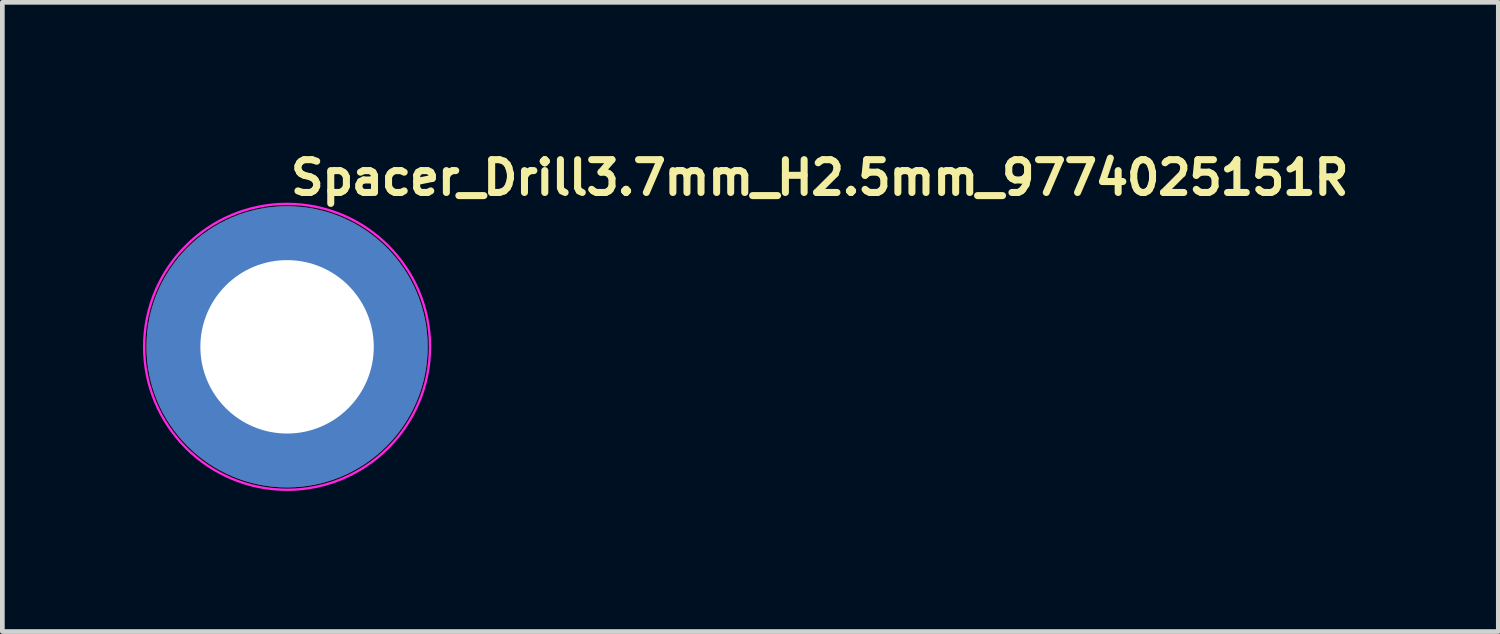
<source format=kicad_pcb>
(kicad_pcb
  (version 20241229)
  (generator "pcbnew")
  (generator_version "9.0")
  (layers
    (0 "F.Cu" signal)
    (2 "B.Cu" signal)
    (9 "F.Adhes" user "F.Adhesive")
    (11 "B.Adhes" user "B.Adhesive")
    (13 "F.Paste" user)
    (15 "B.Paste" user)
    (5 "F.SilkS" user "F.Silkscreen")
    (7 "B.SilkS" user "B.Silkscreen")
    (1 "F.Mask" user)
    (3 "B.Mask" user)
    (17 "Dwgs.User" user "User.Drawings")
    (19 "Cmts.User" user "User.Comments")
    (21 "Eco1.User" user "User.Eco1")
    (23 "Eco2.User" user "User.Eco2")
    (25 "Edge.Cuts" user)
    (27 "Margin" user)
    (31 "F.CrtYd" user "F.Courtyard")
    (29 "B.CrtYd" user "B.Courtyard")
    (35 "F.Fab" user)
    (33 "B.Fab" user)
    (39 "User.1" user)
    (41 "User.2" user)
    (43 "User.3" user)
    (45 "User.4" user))
  (footprint "Spacer_Drill3.7mm_H2.5mm_9774025151R"
    (layer "F.Cu")
    (at 3.075 4.35)
    (property "Reference" "Spacer_Drill3.7mm_H2.5mm_9774025151R" (at 0 -3.2 0) (layer "F.SilkS") (effects (font (size 0.7 0.7) (thickness 0.15)) (justify left bottom)))
    (attr smd)
    (fp_circle (center 0 0) (end 0 -3.05) (stroke (width 0.05) (type solid)) (fill no) (layer "F.CrtYd"))
    (fp_circle (center 0 0) (end 2.6 0) (stroke (width 0.12) (type solid)) (fill no) (layer "User.5"))
    (fp_line (start -2.551 0) (end -2.551 0) (stroke (width 0.02) (type solid)) (layer "User.9"))
    (fp_line (start -2.551 0) (end -2.548 0.131) (stroke (width 0.02) (type solid)) (layer "User.9"))
    (fp_line (start -2.548 -0.133) (end -2.551 0) (stroke (width 0.02) (type solid)) (layer "User.9"))
    (fp_line (start -2.548 0.131) (end -2.537 0.26) (stroke (width 0.02) (type solid)) (layer "User.9"))
    (fp_line (start -2.537 -0.262) (end -2.548 -0.133) (stroke (width 0.02) (type solid)) (layer "User.9"))
    (fp_line (start -2.537 0.26) (end -2.521 0.388) (stroke (width 0.02) (type solid)) (layer "User.9"))
    (fp_line (start -2.521 -0.39) (end -2.537 -0.262) (stroke (width 0.02) (type solid)) (layer "User.9"))
    (fp_line (start -2.521 0.388) (end -2.5 0.513) (stroke (width 0.02) (type solid)) (layer "User.9"))
    (fp_line (start -2.5 -0.515) (end -2.521 -0.39) (stroke (width 0.02) (type solid)) (layer "User.9"))
    (fp_line (start -2.5 0.513) (end -2.471 0.636) (stroke (width 0.02) (type solid)) (layer "User.9"))
    (fp_line (start -2.471 -0.638) (end -2.5 -0.515) (stroke (width 0.02) (type solid)) (layer "User.9"))
    (fp_line (start -2.471 0.636) (end -2.436 0.757) (stroke (width 0.02) (type solid)) (layer "User.9"))
    (fp_line (start -2.436 -0.759) (end -2.471 -0.638) (stroke (width 0.02) (type solid)) (layer "User.9"))
    (fp_line (start -2.436 0.757) (end -2.396 0.875) (stroke (width 0.02) (type solid)) (layer "User.9"))
    (fp_line (start -2.396 -0.877) (end -2.436 -0.759) (stroke (width 0.02) (type solid)) (layer "User.9"))
    (fp_line (start -2.396 0.875) (end -2.351 0.991) (stroke (width 0.02) (type solid)) (layer "User.9"))
    (fp_line (start -2.351 -0.993) (end -2.396 -0.877) (stroke (width 0.02) (type solid)) (layer "User.9"))
    (fp_line (start -2.351 0.991) (end -2.299 1.104) (stroke (width 0.02) (type solid)) (layer "User.9"))
    (fp_line (start -2.299 -1.107) (end -2.351 -0.993) (stroke (width 0.02) (type solid)) (layer "User.9"))
    (fp_line (start -2.299 1.104) (end -2.243 1.215) (stroke (width 0.02) (type solid)) (layer "User.9"))
    (fp_line (start -2.243 -1.216) (end -2.299 -1.107) (stroke (width 0.02) (type solid)) (layer "User.9"))
    (fp_line (start -2.243 1.215) (end -2.182 1.322) (stroke (width 0.02) (type solid)) (layer "User.9"))
    (fp_line (start -2.182 -1.323) (end -2.243 -1.216) (stroke (width 0.02) (type solid)) (layer "User.9"))
    (fp_line (start -2.182 1.322) (end -2.116 1.425) (stroke (width 0.02) (type solid)) (layer "User.9"))
    (fp_line (start -2.116 -1.426) (end -2.182 -1.323) (stroke (width 0.02) (type solid)) (layer "User.9"))
    (fp_line (start -2.116 1.425) (end -2.044 1.525) (stroke (width 0.02) (type solid)) (layer "User.9"))
    (fp_line (start -2.044 -1.526) (end -2.116 -1.426) (stroke (width 0.02) (type solid)) (layer "User.9"))
    (fp_line (start -2.044 1.525) (end -1.968 1.622) (stroke (width 0.02) (type solid)) (layer "User.9"))
    (fp_line (start -1.968 -1.623) (end -2.044 -1.526) (stroke (width 0.02) (type solid)) (layer "User.9"))
    (fp_line (start -1.968 1.622) (end -1.889 1.713) (stroke (width 0.02) (type solid)) (layer "User.9"))
    (fp_line (start -1.889 -1.716) (end -1.968 -1.623) (stroke (width 0.02) (type solid)) (layer "User.9"))
    (fp_line (start -1.889 1.713) (end -1.805 1.802) (stroke (width 0.02) (type solid)) (layer "User.9"))
    (fp_line (start -1.805 -1.805) (end -1.889 -1.716) (stroke (width 0.02) (type solid)) (layer "User.9"))
    (fp_line (start -1.805 1.802) (end -1.716 1.886) (stroke (width 0.02) (type solid)) (layer "User.9"))
    (fp_line (start -1.716 -1.889) (end -1.805 -1.805) (stroke (width 0.02) (type solid)) (layer "User.9"))
    (fp_line (start -1.716 1.886) (end -1.623 1.967) (stroke (width 0.02) (type solid)) (layer "User.9"))
    (fp_line (start -1.623 -1.968) (end -1.716 -1.889) (stroke (width 0.02) (type solid)) (layer "User.9"))
    (fp_line (start -1.623 1.967) (end -1.526 2.043) (stroke (width 0.02) (type solid)) (layer "User.9"))
    (fp_line (start -1.526 -2.044) (end -1.623 -1.968) (stroke (width 0.02) (type solid)) (layer "User.9"))
    (fp_line (start -1.526 2.043) (end -1.426 2.113) (stroke (width 0.02) (type solid)) (layer "User.9"))
    (fp_line (start -1.426 -2.116) (end -1.526 -2.044) (stroke (width 0.02) (type solid)) (layer "User.9"))
    (fp_line (start -1.426 2.113) (end -1.323 2.18) (stroke (width 0.02) (type solid)) (layer "User.9"))
    (fp_line (start -1.323 -2.182) (end -1.426 -2.116) (stroke (width 0.02) (type solid)) (layer "User.9"))
    (fp_line (start -1.323 2.18) (end -1.216 2.241) (stroke (width 0.02) (type solid)) (layer "User.9"))
    (fp_line (start -1.216 -2.243) (end -1.323 -2.182) (stroke (width 0.02) (type solid)) (layer "User.9"))
    (fp_line (start -1.216 2.241) (end -1.107 2.297) (stroke (width 0.02) (type solid)) (layer "User.9"))
    (fp_line (start -1.107 -2.299) (end -1.216 -2.243) (stroke (width 0.02) (type solid)) (layer "User.9"))
    (fp_line (start -1.107 2.297) (end -0.993 2.349) (stroke (width 0.02) (type solid)) (layer "User.9"))
    (fp_line (start -1.008 0) (end -1.008 0) (stroke (width 0.02) (type solid)) (layer "User.9"))
    (fp_line (start -1.008 0) (end -1.006 0.051) (stroke (width 0.02) (type solid)) (layer "User.9"))
    (fp_line (start -1.006 -0.053) (end -1.008 0) (stroke (width 0.02) (type solid)) (layer "User.9"))
    (fp_line (start -1.006 0.051) (end -1.002 0.102) (stroke (width 0.02) (type solid)) (layer "User.9"))
    (fp_line (start -1.002 -0.104) (end -1.006 -0.053) (stroke (width 0.02) (type solid)) (layer "User.9"))
    (fp_line (start -1.002 0.102) (end -0.995 0.152) (stroke (width 0.02) (type solid)) (layer "User.9"))
    (fp_line (start -0.995 -0.154) (end -1.002 -0.104) (stroke (width 0.02) (type solid)) (layer "User.9"))
    (fp_line (start -0.995 0.152) (end -0.987 0.202) (stroke (width 0.02) (type solid)) (layer "User.9"))
    (fp_line (start -0.993 -2.351) (end -1.107 -2.299) (stroke (width 0.02) (type solid)) (layer "User.9"))
    (fp_line (start -0.993 2.349) (end -0.877 2.394) (stroke (width 0.02) (type solid)) (layer "User.9"))
    (fp_line (start -0.987 -0.204) (end -0.995 -0.154) (stroke (width 0.02) (type solid)) (layer "User.9"))
    (fp_line (start -0.987 0.202) (end -0.975 0.25) (stroke (width 0.02) (type solid)) (layer "User.9"))
    (fp_line (start -0.975 -0.252) (end -0.987 -0.204) (stroke (width 0.02) (type solid)) (layer "User.9"))
    (fp_line (start -0.975 0.25) (end -0.962 0.298) (stroke (width 0.02) (type solid)) (layer "User.9"))
    (fp_line (start -0.962 -0.3) (end -0.975 -0.252) (stroke (width 0.02) (type solid)) (layer "User.9"))
    (fp_line (start -0.962 0.298) (end -0.947 0.346) (stroke (width 0.02) (type solid)) (layer "User.9"))
    (fp_line (start -0.947 -0.348) (end -0.962 -0.3) (stroke (width 0.02) (type solid)) (layer "User.9"))
    (fp_line (start -0.947 0.346) (end -0.929 0.391) (stroke (width 0.02) (type solid)) (layer "User.9"))
    (fp_line (start -0.929 -0.393) (end -0.947 -0.348) (stroke (width 0.02) (type solid)) (layer "User.9"))
    (fp_line (start -0.929 0.391) (end -0.909 0.435) (stroke (width 0.02) (type solid)) (layer "User.9"))
    (fp_line (start -0.909 -0.437) (end -0.929 -0.393) (stroke (width 0.02) (type solid)) (layer "User.9"))
    (fp_line (start -0.909 0.435) (end -0.886 0.479) (stroke (width 0.02) (type solid)) (layer "User.9"))
    (fp_line (start -0.886 -0.48) (end -0.909 -0.437) (stroke (width 0.02) (type solid)) (layer "User.9"))
    (fp_line (start -0.886 0.479) (end -0.861 0.521) (stroke (width 0.02) (type solid)) (layer "User.9"))
    (fp_line (start -0.877 -2.396) (end -0.993 -2.351) (stroke (width 0.02) (type solid)) (layer "User.9"))
    (fp_line (start -0.877 2.394) (end -0.759 2.435) (stroke (width 0.02) (type solid)) (layer "User.9"))
    (fp_line (start -0.861 -0.523) (end -0.886 -0.48) (stroke (width 0.02) (type solid)) (layer "User.9"))
    (fp_line (start -0.861 0.521) (end -0.835 0.562) (stroke (width 0.02) (type solid)) (layer "User.9"))
    (fp_line (start -0.835 -0.564) (end -0.861 -0.523) (stroke (width 0.02) (type solid)) (layer "User.9"))
    (fp_line (start -0.835 0.562) (end -0.808 0.601) (stroke (width 0.02) (type solid)) (layer "User.9"))
    (fp_line (start -0.808 -0.603) (end -0.835 -0.564) (stroke (width 0.02) (type solid)) (layer "User.9"))
    (fp_line (start -0.808 0.601) (end -0.778 0.64) (stroke (width 0.02) (type solid)) (layer "User.9"))
    (fp_line (start -0.778 -0.642) (end -0.808 -0.603) (stroke (width 0.02) (type solid)) (layer "User.9"))
    (fp_line (start -0.778 0.64) (end -0.746 0.676) (stroke (width 0.02) (type solid)) (layer "User.9"))
    (fp_line (start -0.759 -2.436) (end -0.877 -2.396) (stroke (width 0.02) (type solid)) (layer "User.9"))
    (fp_line (start -0.759 2.435) (end -0.638 2.468) (stroke (width 0.02) (type solid)) (layer "User.9"))
    (fp_line (start -0.746 -0.678) (end -0.778 -0.642) (stroke (width 0.02) (type solid)) (layer "User.9"))
    (fp_line (start -0.746 0.676) (end -0.712 0.71) (stroke (width 0.02) (type solid)) (layer "User.9"))
    (fp_line (start -0.712 -0.712) (end -0.746 -0.678) (stroke (width 0.02) (type solid)) (layer "User.9"))
    (fp_line (start -0.712 0.71) (end -0.678 0.744) (stroke (width 0.02) (type solid)) (layer "User.9"))
    (fp_line (start -0.678 -0.746) (end -0.712 -0.712) (stroke (width 0.02) (type solid)) (layer "User.9"))
    (fp_line (start -0.678 0.744) (end -0.642 0.776) (stroke (width 0.02) (type solid)) (layer "User.9"))
    (fp_line (start -0.642 -0.778) (end -0.678 -0.746) (stroke (width 0.02) (type solid)) (layer "User.9"))
    (fp_line (start -0.642 0.776) (end -0.603 0.806) (stroke (width 0.02) (type solid)) (layer "User.9"))
    (fp_line (start -0.638 -2.471) (end -0.759 -2.436) (stroke (width 0.02) (type solid)) (layer "User.9"))
    (fp_line (start -0.638 2.468) (end -0.515 2.498) (stroke (width 0.02) (type solid)) (layer "User.9"))
    (fp_line (start -0.603 -0.808) (end -0.642 -0.778) (stroke (width 0.02) (type solid)) (layer "User.9"))
    (fp_line (start -0.603 0.806) (end -0.564 0.833) (stroke (width 0.02) (type solid)) (layer "User.9"))
    (fp_line (start -0.564 -0.835) (end -0.603 -0.808) (stroke (width 0.02) (type solid)) (layer "User.9"))
    (fp_line (start -0.564 0.833) (end -0.523 0.859) (stroke (width 0.02) (type solid)) (layer "User.9"))
    (fp_line (start -0.523 -0.861) (end -0.564 -0.835) (stroke (width 0.02) (type solid)) (layer "User.9"))
    (fp_line (start -0.523 0.859) (end -0.48 0.884) (stroke (width 0.02) (type solid)) (layer "User.9"))
    (fp_line (start -0.515 -2.5) (end -0.638 -2.471) (stroke (width 0.02) (type solid)) (layer "User.9"))
    (fp_line (start -0.515 2.498) (end -0.39 2.519) (stroke (width 0.02) (type solid)) (layer "User.9"))
    (fp_line (start -0.48 -0.886) (end -0.523 -0.861) (stroke (width 0.02) (type solid)) (layer "User.9"))
    (fp_line (start -0.48 0.884) (end -0.437 0.907) (stroke (width 0.02) (type solid)) (layer "User.9"))
    (fp_line (start -0.437 -0.909) (end -0.48 -0.886) (stroke (width 0.02) (type solid)) (layer "User.9"))
    (fp_line (start -0.437 0.907) (end -0.393 0.927) (stroke (width 0.02) (type solid)) (layer "User.9"))
    (fp_line (start -0.393 -0.929) (end -0.437 -0.909) (stroke (width 0.02) (type solid)) (layer "User.9"))
    (fp_line (start -0.393 0.927) (end -0.348 0.945) (stroke (width 0.02) (type solid)) (layer "User.9"))
    (fp_line (start -0.39 -2.521) (end -0.515 -2.5) (stroke (width 0.02) (type solid)) (layer "User.9"))
    (fp_line (start -0.39 2.519) (end -0.262 2.535) (stroke (width 0.02) (type solid)) (layer "User.9"))
    (fp_line (start -0.348 -0.947) (end -0.393 -0.929) (stroke (width 0.02) (type solid)) (layer "User.9"))
    (fp_line (start -0.348 0.945) (end -0.3 0.96) (stroke (width 0.02) (type solid)) (layer "User.9"))
    (fp_line (start -0.3 -0.962) (end -0.348 -0.947) (stroke (width 0.02) (type solid)) (layer "User.9"))
    (fp_line (start -0.3 0.96) (end -0.252 0.973) (stroke (width 0.02) (type solid)) (layer "User.9"))
    (fp_line (start -0.262 -2.537) (end -0.39 -2.521) (stroke (width 0.02) (type solid)) (layer "User.9"))
    (fp_line (start -0.262 2.535) (end -0.133 2.546) (stroke (width 0.02) (type solid)) (layer "User.9"))
    (fp_line (start -0.252 -0.975) (end -0.3 -0.962) (stroke (width 0.02) (type solid)) (layer "User.9"))
    (fp_line (start -0.252 0.973) (end -0.204 0.985) (stroke (width 0.02) (type solid)) (layer "User.9"))
    (fp_line (start -0.204 -0.987) (end -0.252 -0.975) (stroke (width 0.02) (type solid)) (layer "User.9"))
    (fp_line (start -0.204 0.985) (end -0.154 0.993) (stroke (width 0.02) (type solid)) (layer "User.9"))
    (fp_line (start -0.154 -0.995) (end -0.204 -0.987) (stroke (width 0.02) (type solid)) (layer "User.9"))
    (fp_line (start -0.154 0.993) (end -0.104 1.001) (stroke (width 0.02) (type solid)) (layer "User.9"))
    (fp_line (start -0.133 -2.548) (end -0.262 -2.537) (stroke (width 0.02) (type solid)) (layer "User.9"))
    (fp_line (start -0.133 2.546) (end 0 2.548) (stroke (width 0.02) (type solid)) (layer "User.9"))
    (fp_line (start -0.104 -1.002) (end -0.154 -0.995) (stroke (width 0.02) (type solid)) (layer "User.9"))
    (fp_line (start -0.104 1.001) (end -0.053 1.005) (stroke (width 0.02) (type solid)) (layer "User.9"))
    (fp_line (start -0.053 -1.006) (end -0.104 -1.002) (stroke (width 0.02) (type solid)) (layer "User.9"))
    (fp_line (start -0.053 1.005) (end 0 1.005) (stroke (width 0.02) (type solid)) (layer "User.9"))
    (fp_line (start 0 -2.551) (end -0.133 -2.548) (stroke (width 0.02) (type solid)) (layer "User.9"))
    (fp_line (start 0 -2.551) (end 0 -2.551) (stroke (width 0.02) (type solid)) (layer "User.9"))
    (fp_line (start 0 -1.008) (end -0.053 -1.006) (stroke (width 0.02) (type solid)) (layer "User.9"))
    (fp_line (start 0 -1.008) (end 0 -1.008) (stroke (width 0.02) (type solid)) (layer "User.9"))
    (fp_line (start 0 1.005) (end 0 1.005) (stroke (width 0.02) (type solid)) (layer "User.9"))
    (fp_line (start 0 1.005) (end 0.051 1.005) (stroke (width 0.02) (type solid)) (layer "User.9"))
    (fp_line (start 0 2.548) (end 0 2.548) (stroke (width 0.02) (type solid)) (layer "User.9"))
    (fp_line (start 0 2.548) (end 0.131 2.546) (stroke (width 0.02) (type solid)) (layer "User.9"))
    (fp_line (start 0.051 -1.006) (end 0 -1.008) (stroke (width 0.02) (type solid)) (layer "User.9"))
    (fp_line (start 0.051 1.005) (end 0.102 1.001) (stroke (width 0.02) (type solid)) (layer "User.9"))
    (fp_line (start 0.102 -1.002) (end 0.051 -1.006) (stroke (width 0.02) (type solid)) (layer "User.9"))
    (fp_line (start 0.102 1.001) (end 0.152 0.993) (stroke (width 0.02) (type solid)) (layer "User.9"))
    (fp_line (start 0.131 -2.548) (end 0 -2.551) (stroke (width 0.02) (type solid)) (layer "User.9"))
    (fp_line (start 0.131 2.546) (end 0.26 2.535) (stroke (width 0.02) (type solid)) (layer "User.9"))
    (fp_line (start 0.152 -0.995) (end 0.102 -1.002) (stroke (width 0.02) (type solid)) (layer "User.9"))
    (fp_line (start 0.152 0.993) (end 0.202 0.985) (stroke (width 0.02) (type solid)) (layer "User.9"))
    (fp_line (start 0.202 -0.987) (end 0.152 -0.995) (stroke (width 0.02) (type solid)) (layer "User.9"))
    (fp_line (start 0.202 0.985) (end 0.25 0.973) (stroke (width 0.02) (type solid)) (layer "User.9"))
    (fp_line (start 0.25 -0.975) (end 0.202 -0.987) (stroke (width 0.02) (type solid)) (layer "User.9"))
    (fp_line (start 0.25 0.973) (end 0.298 0.96) (stroke (width 0.02) (type solid)) (layer "User.9"))
    (fp_line (start 0.26 -2.537) (end 0.131 -2.548) (stroke (width 0.02) (type solid)) (layer "User.9"))
    (fp_line (start 0.26 2.535) (end 0.388 2.519) (stroke (width 0.02) (type solid)) (layer "User.9"))
    (fp_line (start 0.298 -0.962) (end 0.25 -0.975) (stroke (width 0.02) (type solid)) (layer "User.9"))
    (fp_line (start 0.298 0.96) (end 0.346 0.945) (stroke (width 0.02) (type solid)) (layer "User.9"))
    (fp_line (start 0.346 -0.947) (end 0.298 -0.962) (stroke (width 0.02) (type solid)) (layer "User.9"))
    (fp_line (start 0.346 0.945) (end 0.391 0.927) (stroke (width 0.02) (type solid)) (layer "User.9"))
    (fp_line (start 0.388 -2.521) (end 0.26 -2.537) (stroke (width 0.02) (type solid)) (layer "User.9"))
    (fp_line (start 0.388 2.519) (end 0.513 2.498) (stroke (width 0.02) (type solid)) (layer "User.9"))
    (fp_line (start 0.391 -0.929) (end 0.346 -0.947) (stroke (width 0.02) (type solid)) (layer "User.9"))
    (fp_line (start 0.391 0.927) (end 0.435 0.907) (stroke (width 0.02) (type solid)) (layer "User.9"))
    (fp_line (start 0.435 -0.909) (end 0.391 -0.929) (stroke (width 0.02) (type solid)) (layer "User.9"))
    (fp_line (start 0.435 0.907) (end 0.479 0.884) (stroke (width 0.02) (type solid)) (layer "User.9"))
    (fp_line (start 0.479 -0.886) (end 0.435 -0.909) (stroke (width 0.02) (type solid)) (layer "User.9"))
    (fp_line (start 0.479 0.884) (end 0.521 0.859) (stroke (width 0.02) (type solid)) (layer "User.9"))
    (fp_line (start 0.513 -2.5) (end 0.388 -2.521) (stroke (width 0.02) (type solid)) (layer "User.9"))
    (fp_line (start 0.513 2.498) (end 0.636 2.468) (stroke (width 0.02) (type solid)) (layer "User.9"))
    (fp_line (start 0.521 -0.861) (end 0.479 -0.886) (stroke (width 0.02) (type solid)) (layer "User.9"))
    (fp_line (start 0.521 0.859) (end 0.562 0.833) (stroke (width 0.02) (type solid)) (layer "User.9"))
    (fp_line (start 0.562 -0.835) (end 0.521 -0.861) (stroke (width 0.02) (type solid)) (layer "User.9"))
    (fp_line (start 0.562 0.833) (end 0.601 0.806) (stroke (width 0.02) (type solid)) (layer "User.9"))
    (fp_line (start 0.601 -0.808) (end 0.562 -0.835) (stroke (width 0.02) (type solid)) (layer "User.9"))
    (fp_line (start 0.601 0.806) (end 0.64 0.776) (stroke (width 0.02) (type solid)) (layer "User.9"))
    (fp_line (start 0.636 -2.471) (end 0.513 -2.5) (stroke (width 0.02) (type solid)) (layer "User.9"))
    (fp_line (start 0.636 2.468) (end 0.757 2.435) (stroke (width 0.02) (type solid)) (layer "User.9"))
    (fp_line (start 0.64 -0.778) (end 0.601 -0.808) (stroke (width 0.02) (type solid)) (layer "User.9"))
    (fp_line (start 0.64 0.776) (end 0.676 0.744) (stroke (width 0.02) (type solid)) (layer "User.9"))
    (fp_line (start 0.676 -0.746) (end 0.64 -0.778) (stroke (width 0.02) (type solid)) (layer "User.9"))
    (fp_line (start 0.676 0.744) (end 0.71 0.71) (stroke (width 0.02) (type solid)) (layer "User.9"))
    (fp_line (start 0.71 -0.712) (end 0.676 -0.746) (stroke (width 0.02) (type solid)) (layer "User.9"))
    (fp_line (start 0.71 0.71) (end 0.744 0.676) (stroke (width 0.02) (type solid)) (layer "User.9"))
    (fp_line (start 0.744 -0.678) (end 0.71 -0.712) (stroke (width 0.02) (type solid)) (layer "User.9"))
    (fp_line (start 0.744 0.676) (end 0.776 0.64) (stroke (width 0.02) (type solid)) (layer "User.9"))
    (fp_line (start 0.757 -2.436) (end 0.636 -2.471) (stroke (width 0.02) (type solid)) (layer "User.9"))
    (fp_line (start 0.757 2.435) (end 0.875 2.394) (stroke (width 0.02) (type solid)) (layer "User.9"))
    (fp_line (start 0.776 -0.642) (end 0.744 -0.678) (stroke (width 0.02) (type solid)) (layer "User.9"))
    (fp_line (start 0.776 0.64) (end 0.806 0.601) (stroke (width 0.02) (type solid)) (layer "User.9"))
    (fp_line (start 0.806 -0.603) (end 0.776 -0.642) (stroke (width 0.02) (type solid)) (layer "User.9"))
    (fp_line (start 0.806 0.601) (end 0.833 0.562) (stroke (width 0.02) (type solid)) (layer "User.9"))
    (fp_line (start 0.833 -0.564) (end 0.806 -0.603) (stroke (width 0.02) (type solid)) (layer "User.9"))
    (fp_line (start 0.833 0.562) (end 0.859 0.521) (stroke (width 0.02) (type solid)) (layer "User.9"))
    (fp_line (start 0.859 -0.523) (end 0.833 -0.564) (stroke (width 0.02) (type solid)) (layer "User.9"))
    (fp_line (start 0.859 0.521) (end 0.884 0.479) (stroke (width 0.02) (type solid)) (layer "User.9"))
    (fp_line (start 0.875 -2.396) (end 0.757 -2.436) (stroke (width 0.02) (type solid)) (layer "User.9"))
    (fp_line (start 0.875 2.394) (end 0.991 2.349) (stroke (width 0.02) (type solid)) (layer "User.9"))
    (fp_line (start 0.884 -0.48) (end 0.859 -0.523) (stroke (width 0.02) (type solid)) (layer "User.9"))
    (fp_line (start 0.884 0.479) (end 0.907 0.435) (stroke (width 0.02) (type solid)) (layer "User.9"))
    (fp_line (start 0.907 -0.437) (end 0.884 -0.48) (stroke (width 0.02) (type solid)) (layer "User.9"))
    (fp_line (start 0.907 0.435) (end 0.927 0.391) (stroke (width 0.02) (type solid)) (layer "User.9"))
    (fp_line (start 0.927 -0.393) (end 0.907 -0.437) (stroke (width 0.02) (type solid)) (layer "User.9"))
    (fp_line (start 0.927 0.391) (end 0.945 0.346) (stroke (width 0.02) (type solid)) (layer "User.9"))
    (fp_line (start 0.945 -0.348) (end 0.927 -0.393) (stroke (width 0.02) (type solid)) (layer "User.9"))
    (fp_line (start 0.945 0.346) (end 0.96 0.298) (stroke (width 0.02) (type solid)) (layer "User.9"))
    (fp_line (start 0.96 -0.3) (end 0.945 -0.348) (stroke (width 0.02) (type solid)) (layer "User.9"))
    (fp_line (start 0.96 0.298) (end 0.973 0.25) (stroke (width 0.02) (type solid)) (layer "User.9"))
    (fp_line (start 0.973 -0.252) (end 0.96 -0.3) (stroke (width 0.02) (type solid)) (layer "User.9"))
    (fp_line (start 0.973 0.25) (end 0.985 0.202) (stroke (width 0.02) (type solid)) (layer "User.9"))
    (fp_line (start 0.985 -0.204) (end 0.973 -0.252) (stroke (width 0.02) (type solid)) (layer "User.9"))
    (fp_line (start 0.985 0.202) (end 0.993 0.152) (stroke (width 0.02) (type solid)) (layer "User.9"))
    (fp_line (start 0.991 -2.351) (end 0.875 -2.396) (stroke (width 0.02) (type solid)) (layer "User.9"))
    (fp_line (start 0.991 2.349) (end 1.104 2.297) (stroke (width 0.02) (type solid)) (layer "User.9"))
    (fp_line (start 0.993 -0.154) (end 0.985 -0.204) (stroke (width 0.02) (type solid)) (layer "User.9"))
    (fp_line (start 0.993 0.152) (end 1.001 0.102) (stroke (width 0.02) (type solid)) (layer "User.9"))
    (fp_line (start 1.001 -0.104) (end 0.993 -0.154) (stroke (width 0.02) (type solid)) (layer "User.9"))
    (fp_line (start 1.001 0.102) (end 1.005 0.051) (stroke (width 0.02) (type solid)) (layer "User.9"))
    (fp_line (start 1.005 -0.053) (end 1.001 -0.104) (stroke (width 0.02) (type solid)) (layer "User.9"))
    (fp_line (start 1.005 0) (end 1.005 -0.053) (stroke (width 0.02) (type solid)) (layer "User.9"))
    (fp_line (start 1.005 0) (end 1.005 0) (stroke (width 0.02) (type solid)) (layer "User.9"))
    (fp_line (start 1.005 0) (end 1.005 0) (stroke (width 0.02) (type solid)) (layer "User.9"))
    (fp_line (start 1.005 0.051) (end 1.005 0) (stroke (width 0.02) (type solid)) (layer "User.9"))
    (fp_line (start 1.104 -2.299) (end 0.991 -2.351) (stroke (width 0.02) (type solid)) (layer "User.9"))
    (fp_line (start 1.104 2.297) (end 1.215 2.241) (stroke (width 0.02) (type solid)) (layer "User.9"))
    (fp_line (start 1.215 -2.243) (end 1.104 -2.299) (stroke (width 0.02) (type solid)) (layer "User.9"))
    (fp_line (start 1.215 2.241) (end 1.322 2.18) (stroke (width 0.02) (type solid)) (layer "User.9"))
    (fp_line (start 1.322 -2.182) (end 1.215 -2.243) (stroke (width 0.02) (type solid)) (layer "User.9"))
    (fp_line (start 1.322 2.18) (end 1.425 2.113) (stroke (width 0.02) (type solid)) (layer "User.9"))
    (fp_line (start 1.425 -2.116) (end 1.322 -2.182) (stroke (width 0.02) (type solid)) (layer "User.9"))
    (fp_line (start 1.425 2.113) (end 1.525 2.043) (stroke (width 0.02) (type solid)) (layer "User.9"))
    (fp_line (start 1.525 -2.044) (end 1.425 -2.116) (stroke (width 0.02) (type solid)) (layer "User.9"))
    (fp_line (start 1.525 2.043) (end 1.622 1.967) (stroke (width 0.02) (type solid)) (layer "User.9"))
    (fp_line (start 1.622 -1.968) (end 1.525 -2.044) (stroke (width 0.02) (type solid)) (layer "User.9"))
    (fp_line (start 1.622 1.967) (end 1.713 1.886) (stroke (width 0.02) (type solid)) (layer "User.9"))
    (fp_line (start 1.713 -1.889) (end 1.622 -1.968) (stroke (width 0.02) (type solid)) (layer "User.9"))
    (fp_line (start 1.713 1.886) (end 1.802 1.802) (stroke (width 0.02) (type solid)) (layer "User.9"))
    (fp_line (start 1.802 -1.805) (end 1.713 -1.889) (stroke (width 0.02) (type solid)) (layer "User.9"))
    (fp_line (start 1.802 1.802) (end 1.886 1.713) (stroke (width 0.02) (type solid)) (layer "User.9"))
    (fp_line (start 1.886 -1.716) (end 1.802 -1.805) (stroke (width 0.02) (type solid)) (layer "User.9"))
    (fp_line (start 1.886 1.713) (end 1.967 1.622) (stroke (width 0.02) (type solid)) (layer "User.9"))
    (fp_line (start 1.967 -1.623) (end 1.886 -1.716) (stroke (width 0.02) (type solid)) (layer "User.9"))
    (fp_line (start 1.967 1.622) (end 2.043 1.525) (stroke (width 0.02) (type solid)) (layer "User.9"))
    (fp_line (start 2.043 -1.526) (end 1.967 -1.623) (stroke (width 0.02) (type solid)) (layer "User.9"))
    (fp_line (start 2.043 1.525) (end 2.113 1.425) (stroke (width 0.02) (type solid)) (layer "User.9"))
    (fp_line (start 2.113 -1.426) (end 2.043 -1.526) (stroke (width 0.02) (type solid)) (layer "User.9"))
    (fp_line (start 2.113 1.425) (end 2.18 1.322) (stroke (width 0.02) (type solid)) (layer "User.9"))
    (fp_line (start 2.18 -1.323) (end 2.113 -1.426) (stroke (width 0.02) (type solid)) (layer "User.9"))
    (fp_line (start 2.18 1.322) (end 2.241 1.215) (stroke (width 0.02) (type solid)) (layer "User.9"))
    (fp_line (start 2.241 -1.216) (end 2.18 -1.323) (stroke (width 0.02) (type solid)) (layer "User.9"))
    (fp_line (start 2.241 1.215) (end 2.297 1.104) (stroke (width 0.02) (type solid)) (layer "User.9"))
    (fp_line (start 2.297 -1.107) (end 2.241 -1.216) (stroke (width 0.02) (type solid)) (layer "User.9"))
    (fp_line (start 2.297 1.104) (end 2.349 0.991) (stroke (width 0.02) (type solid)) (layer "User.9"))
    (fp_line (start 2.349 -0.993) (end 2.297 -1.107) (stroke (width 0.02) (type solid)) (layer "User.9"))
    (fp_line (start 2.349 0.991) (end 2.394 0.875) (stroke (width 0.02) (type solid)) (layer "User.9"))
    (fp_line (start 2.394 -0.877) (end 2.349 -0.993) (stroke (width 0.02) (type solid)) (layer "User.9"))
    (fp_line (start 2.394 0.875) (end 2.435 0.757) (stroke (width 0.02) (type solid)) (layer "User.9"))
    (fp_line (start 2.435 -0.759) (end 2.394 -0.877) (stroke (width 0.02) (type solid)) (layer "User.9"))
    (fp_line (start 2.435 0.757) (end 2.468 0.636) (stroke (width 0.02) (type solid)) (layer "User.9"))
    (fp_line (start 2.468 -0.638) (end 2.435 -0.759) (stroke (width 0.02) (type solid)) (layer "User.9"))
    (fp_line (start 2.468 0.636) (end 2.498 0.513) (stroke (width 0.02) (type solid)) (layer "User.9"))
    (fp_line (start 2.498 -0.515) (end 2.468 -0.638) (stroke (width 0.02) (type solid)) (layer "User.9"))
    (fp_line (start 2.498 0.513) (end 2.519 0.388) (stroke (width 0.02) (type solid)) (layer "User.9"))
    (fp_line (start 2.519 -0.39) (end 2.498 -0.515) (stroke (width 0.02) (type solid)) (layer "User.9"))
    (fp_line (start 2.519 0.388) (end 2.535 0.26) (stroke (width 0.02) (type solid)) (layer "User.9"))
    (fp_line (start 2.535 -0.262) (end 2.519 -0.39) (stroke (width 0.02) (type solid)) (layer "User.9"))
    (fp_line (start 2.535 0.26) (end 2.546 0.131) (stroke (width 0.02) (type solid)) (layer "User.9"))
    (fp_line (start 2.546 -0.133) (end 2.535 -0.262) (stroke (width 0.02) (type solid)) (layer "User.9"))
    (fp_line (start 2.546 0.131) (end 2.548 0) (stroke (width 0.02) (type solid)) (layer "User.9"))
    (fp_line (start 2.548 0) (end 2.546 -0.133) (stroke (width 0.02) (type solid)) (layer "User.9"))
    (fp_line (start 2.548 0) (end 2.548 0) (stroke (width 0.02) (type solid)) (layer "User.9"))
    (fp_line (start 2.548 0) (end 2.548 0) (stroke (width 0.02) (type solid)) (layer "User.9"))
    (pad "" smd custom (at -1.71 -1.71) (size 0.62 0.62) (layers "F.Paste") (options (anchor circle)) (primitives (gr_arc (start -0.250195 1.279127) (mid 0.285453 0.294389) (end 1.266786 -0.24747) (width 0.2)) (gr_arc (start -0.34334 1.279127) (mid 0.218448 0.232561) (end 1.259603 -0.339191) (width 0.2)) (gr_arc (start -0.436309 1.279127) (mid 0.152481 0.169693) (end 1.255279 -0.431435) (width 0.2)) (gr_arc (start -0.529126 1.279127) (mid 0.087542 0.105784) (end 1.253811 -0.524161) (width 0.2)) (gr_arc (start -0.621807 1.279127) (mid 0.0309 0.033527) (end 1.275473 -0.621136) (width 0.2)) (gr_arc (start -0.71437 1.279127) (mid -0.037758 -0.026651) (end 1.263664 -0.711602) (width 0.2)) (gr_arc (start -0.806826 1.279127) (mid -0.105837 -0.087395) (end 1.253435 -0.802342) (width 0.2)) (gr_arc (start -0.899187 1.279127) (mid -0.165236 -0.156885) (end 1.267475 -0.897258) (width 0.2)) (gr_arc (start -0.991463 1.279127) (mid -0.228522 -0.222449) (end 1.270645 -0.990112) (width 0.2)) (gr_arc (start -1.083663 1.279127) (mid -0.294507 -0.285313) (end 1.266278 -1.081674) (width 0.2)) (gr_line (start 1.279 -0.25) (end 1.279 -1.084) (width 0.2)) (gr_line (start -0.25 1.279) (end -1.084 1.279) (width 0.2))))
    (pad "" smd custom (at -1.71 1.699 90) (size 0.62 0.62) (layers "F.Paste") (options (anchor circle)) (primitives (gr_arc (start -0.250195 1.279127) (mid 0.285453 0.294389) (end 1.266786 -0.24747) (width 0.2)) (gr_arc (start -0.34334 1.279127) (mid 0.218448 0.232561) (end 1.259603 -0.339191) (width 0.2)) (gr_arc (start -0.436309 1.279127) (mid 0.152481 0.169693) (end 1.255279 -0.431435) (width 0.2)) (gr_arc (start -0.529126 1.279127) (mid 0.087542 0.105784) (end 1.253811 -0.524161) (width 0.2)) (gr_arc (start -0.621807 1.279127) (mid 0.0309 0.033527) (end 1.275473 -0.621136) (width 0.2)) (gr_arc (start -0.71437 1.279127) (mid -0.037758 -0.026651) (end 1.263664 -0.711602) (width 0.2)) (gr_arc (start -0.806826 1.279127) (mid -0.105837 -0.087395) (end 1.253435 -0.802342) (width 0.2)) (gr_arc (start -0.899187 1.279127) (mid -0.165236 -0.156885) (end 1.267475 -0.897258) (width 0.2)) (gr_arc (start -0.991463 1.279127) (mid -0.228522 -0.222449) (end 1.270645 -0.990112) (width 0.2)) (gr_arc (start -1.083663 1.279127) (mid -0.294507 -0.285313) (end 1.266278 -1.081674) (width 0.2)) (gr_line (start 1.279 -0.25) (end 1.279 -1.084) (width 0.2)) (gr_line (start -0.25 1.279) (end -1.084 1.279) (width 0.2))))
    (pad "" smd custom (at 1.699 -1.71 270) (size 0.62 0.62) (layers "F.Paste") (options (anchor circle)) (primitives (gr_arc (start -0.250195 1.279127) (mid 0.285453 0.294389) (end 1.266786 -0.24747) (width 0.2)) (gr_arc (start -0.34334 1.279127) (mid 0.218448 0.232561) (end 1.259603 -0.339191) (width 0.2)) (gr_arc (start -0.436309 1.279127) (mid 0.152481 0.169693) (end 1.255279 -0.431435) (width 0.2)) (gr_arc (start -0.529126 1.279127) (mid 0.087542 0.105784) (end 1.253811 -0.524161) (width 0.2)) (gr_arc (start -0.621807 1.279127) (mid 0.0309 0.033527) (end 1.275473 -0.621136) (width 0.2)) (gr_arc (start -0.71437 1.279127) (mid -0.037758 -0.026651) (end 1.263664 -0.711602) (width 0.2)) (gr_arc (start -0.806826 1.279127) (mid -0.105837 -0.087395) (end 1.253435 -0.802342) (width 0.2)) (gr_arc (start -0.899187 1.279127) (mid -0.165236 -0.156885) (end 1.267475 -0.897258) (width 0.2)) (gr_arc (start -0.991463 1.279127) (mid -0.228522 -0.222449) (end 1.270645 -0.990112) (width 0.2)) (gr_arc (start -1.083663 1.279127) (mid -0.294507 -0.285313) (end 1.266278 -1.081674) (width 0.2)) (gr_line (start 1.279 -0.25) (end 1.279 -1.084) (width 0.2)) (gr_line (start -0.25 1.279) (end -1.084 1.279) (width 0.2))))
    (pad "" smd custom (at 1.699 1.699 180) (size 0.62 0.62) (layers "F.Paste") (options (anchor circle)) (primitives (gr_arc (start -0.250195 1.279127) (mid 0.285453 0.294389) (end 1.266786 -0.24747) (width 0.2)) (gr_arc (start -0.34334 1.279127) (mid 0.218448 0.232561) (end 1.259603 -0.339191) (width 0.2)) (gr_arc (start -0.436309 1.279127) (mid 0.152481 0.169693) (end 1.255279 -0.431435) (width 0.2)) (gr_arc (start -0.529126 1.279127) (mid 0.087542 0.105784) (end 1.253811 -0.524161) (width 0.2)) (gr_arc (start -0.621807 1.279127) (mid 0.0309 0.033527) (end 1.275473 -0.621136) (width 0.2)) (gr_arc (start -0.71437 1.279127) (mid -0.037758 -0.026651) (end 1.263664 -0.711602) (width 0.2)) (gr_arc (start -0.806826 1.279127) (mid -0.105837 -0.087395) (end 1.253435 -0.802342) (width 0.2)) (gr_arc (start -0.899187 1.279127) (mid -0.165236 -0.156885) (end 1.267475 -0.897258) (width 0.2)) (gr_arc (start -0.991463 1.279127) (mid -0.228522 -0.222449) (end 1.270645 -0.990112) (width 0.2)) (gr_arc (start -1.083663 1.279127) (mid -0.294507 -0.285313) (end 1.266278 -1.081674) (width 0.2)) (gr_line (start 1.279 -0.25) (end 1.279 -1.084) (width 0.2)) (gr_line (start -0.25 1.279) (end -1.084 1.279) (width 0.2))))
    (pad "1" thru_hole circle (at 0 0) (size 6 6) (drill 3.7) (layers "*.Cu" "*.Mask")))
  (gr_rect
    (start -3 -3)
    (end 28.918 10.425)
    (stroke (width 0.1) (type default))
    (fill no)
    (layer "Edge.Cuts")))
</source>
